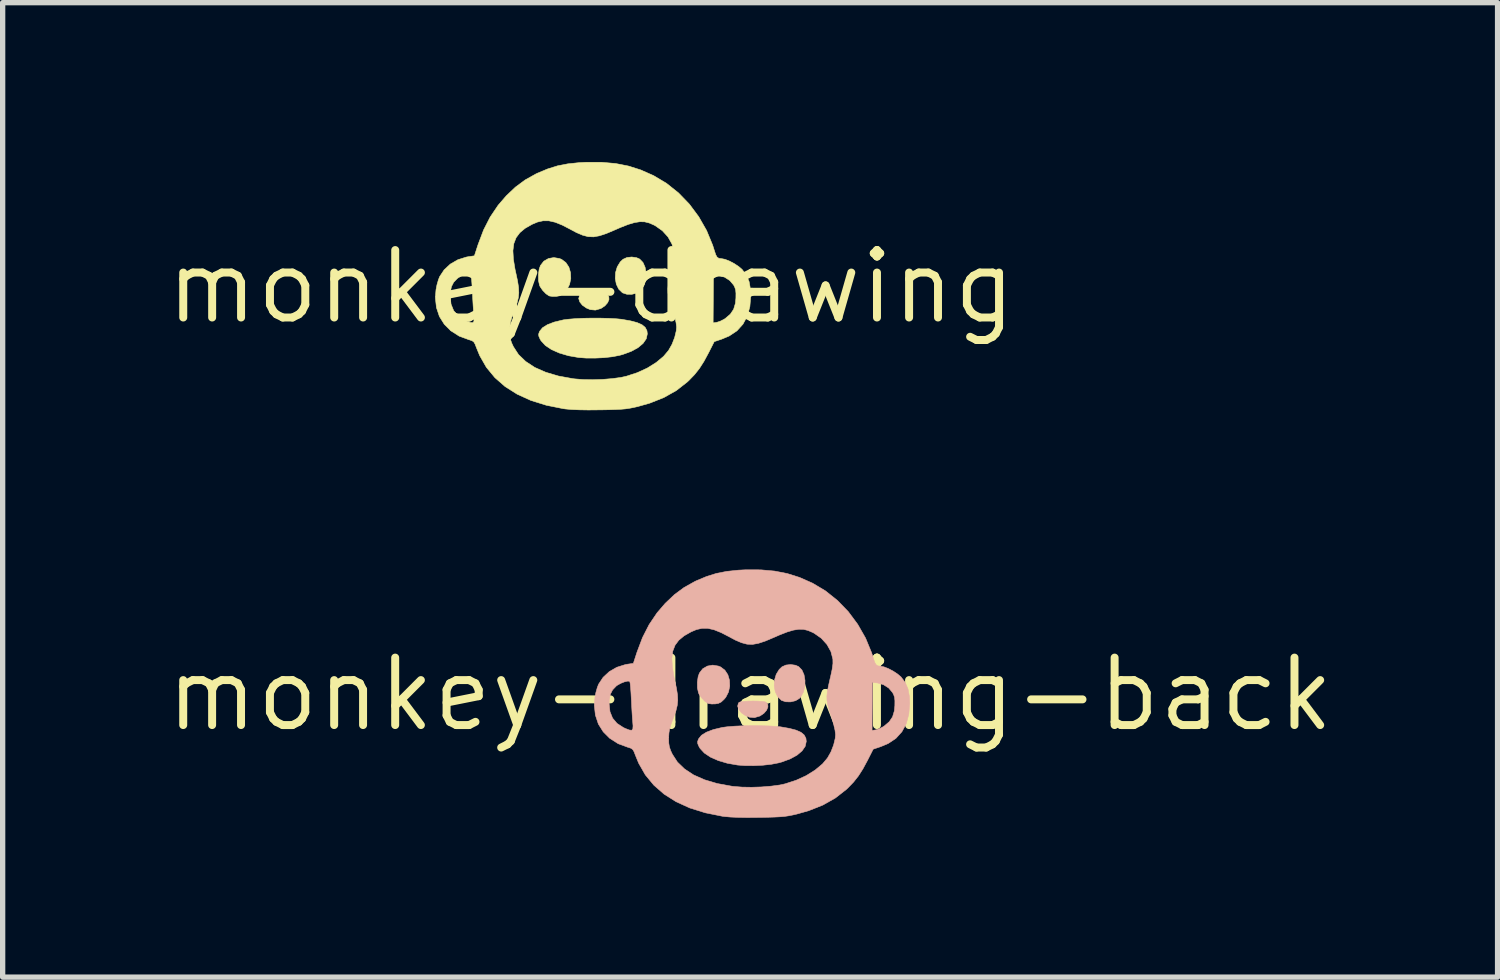
<source format=kicad_pcb>
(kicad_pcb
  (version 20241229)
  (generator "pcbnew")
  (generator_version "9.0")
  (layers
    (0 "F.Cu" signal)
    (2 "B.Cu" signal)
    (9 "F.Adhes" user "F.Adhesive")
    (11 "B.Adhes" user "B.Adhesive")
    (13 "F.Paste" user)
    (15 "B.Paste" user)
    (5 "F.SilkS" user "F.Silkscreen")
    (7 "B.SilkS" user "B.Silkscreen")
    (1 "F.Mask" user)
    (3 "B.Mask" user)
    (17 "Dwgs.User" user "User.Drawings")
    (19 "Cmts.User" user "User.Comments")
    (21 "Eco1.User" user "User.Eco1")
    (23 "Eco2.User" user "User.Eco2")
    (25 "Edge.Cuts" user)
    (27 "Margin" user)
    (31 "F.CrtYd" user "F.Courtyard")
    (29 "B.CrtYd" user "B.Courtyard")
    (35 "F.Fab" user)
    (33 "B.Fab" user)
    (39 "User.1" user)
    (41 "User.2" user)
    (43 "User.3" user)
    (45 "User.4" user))
  (footprint "monkey-drawing"
    (layer "F.Cu")
    (at 8.081 2.349)
    (property "Reference" "monkey-drawing" (at 0 0 0) (layer "F.SilkS") (effects (font (size 1.27 1.27) (thickness 0.15))))
    (attr through_hole)
    (fp_poly (pts (xy 0.155 0.129) (xy 0.233 0.135) (xy 0.286 0.144) (xy 0.298 0.149) (xy 0.333 0.187) (xy 0.336 0.24) (xy 0.311 0.3) (xy 0.261 0.358) (xy 0.191 0.406) (xy 0.183 0.41) (xy 0.081 0.44) (xy -0.017 0.431) (xy -0.089 0.401) (xy -0.165 0.348) (xy -0.214 0.286) (xy -0.234 0.223) (xy -0.22 0.168) (xy -0.207 0.152) (xy -0.175 0.141) (xy -0.112 0.133) (xy -0.028 0.128) (xy 0.064 0.127) (xy 0.155 0.129)) (stroke (width 0.01) (type solid)) (fill yes) (layer "F.SilkS"))
    (fp_poly (pts (xy 0.855 -0.547) (xy 0.914 -0.521) (xy 0.976 -0.457) (xy 1.016 -0.367) (xy 1.034 -0.261) (xy 1.031 -0.15) (xy 1.005 -0.044) (xy 0.956 0.046) (xy 0.929 0.077) (xy 0.857 0.121) (xy 0.766 0.143) (xy 0.673 0.142) (xy 0.594 0.116) (xy 0.59 0.114) (xy 0.519 0.045) (xy 0.474 -0.048) (xy 0.454 -0.156) (xy 0.46 -0.268) (xy 0.492 -0.375) (xy 0.549 -0.468) (xy 0.601 -0.517) (xy 0.674 -0.55) (xy 0.765 -0.56) (xy 0.855 -0.547)) (stroke (width 0.01) (type solid)) (fill yes) (layer "F.SilkS"))
    (fp_poly (pts (xy -0.596 -0.531) (xy -0.556 -0.515) (xy -0.476 -0.455) (xy -0.419 -0.369) (xy -0.388 -0.265) (xy -0.383 -0.154) (xy -0.406 -0.044) (xy -0.457 0.056) (xy -0.485 0.09) (xy -0.542 0.144) (xy -0.595 0.171) (xy -0.657 0.182) (xy -0.725 0.183) (xy -0.781 0.175) (xy -0.794 0.171) (xy -0.852 0.131) (xy -0.913 0.068) (xy -0.96 -0.001) (xy -0.972 -0.028) (xy -0.992 -0.119) (xy -0.993 -0.228) (xy -0.978 -0.332) (xy -0.954 -0.4) (xy -0.891 -0.481) (xy -0.804 -0.531) (xy -0.703 -0.549) (xy -0.596 -0.531)) (stroke (width 0.01) (type solid)) (fill yes) (layer "F.SilkS"))
    (fp_poly (pts (xy 0.188 0.592) (xy 0.345 0.596) (xy 0.482 0.604) (xy 0.572 0.613) (xy 0.738 0.642) (xy 0.865 0.675) (xy 0.958 0.716) (xy 1.018 0.766) (xy 1.051 0.828) (xy 1.058 0.888) (xy 1.038 0.98) (xy 0.978 1.067) (xy 0.883 1.147) (xy 0.755 1.217) (xy 0.597 1.275) (xy 0.535 1.292) (xy 0.401 1.318) (xy 0.241 1.336) (xy 0.07 1.344) (xy -0.097 1.343) (xy -0.233 1.333) (xy -0.428 1.299) (xy -0.6 1.248) (xy -0.747 1.183) (xy -0.862 1.106) (xy -0.942 1.019) (xy -0.961 0.987) (xy -0.985 0.932) (xy -0.989 0.893) (xy -0.974 0.849) (xy -0.967 0.836) (xy -0.915 0.772) (xy -0.822 0.714) (xy -0.693 0.665) (xy -0.53 0.626) (xy -0.529 0.625) (xy -0.429 0.612) (xy -0.297 0.601) (xy -0.143 0.594) (xy 0.022 0.591) (xy 0.188 0.592)) (stroke (width 0.01) (type solid)) (fill yes) (layer "F.SilkS"))
    (fp_poly (pts (xy 0.202 -2.343) (xy 0.461 -2.32) (xy 0.701 -2.273) (xy 0.932 -2.2) (xy 1.163 -2.098) (xy 1.173 -2.094) (xy 1.418 -1.948) (xy 1.645 -1.767) (xy 1.849 -1.556) (xy 2.026 -1.318) (xy 2.174 -1.059) (xy 2.288 -0.783) (xy 2.32 -0.682) (xy 2.346 -0.603) (xy 2.372 -0.557) (xy 2.405 -0.535) (xy 2.454 -0.529) (xy 2.455 -0.529) (xy 2.521 -0.516) (xy 2.605 -0.483) (xy 2.696 -0.435) (xy 2.78 -0.379) (xy 2.842 -0.326) (xy 2.921 -0.222) (xy 2.974 -0.099) (xy 3.001 0.049) (xy 3.006 0.168) (xy 2.989 0.374) (xy 2.941 0.553) (xy 2.859 0.705) (xy 2.746 0.83) (xy 2.599 0.928) (xy 2.458 0.987) (xy 2.318 1.034) (xy 2.212 1.243) (xy 2.124 1.406) (xy 2.039 1.539) (xy 1.948 1.654) (xy 1.843 1.763) (xy 1.811 1.793) (xy 1.605 1.954) (xy 1.369 2.087) (xy 1.102 2.193) (xy 0.875 2.257) (xy 0.795 2.275) (xy 0.722 2.289) (xy 0.648 2.3) (xy 0.565 2.307) (xy 0.464 2.312) (xy 0.339 2.316) (xy 0.18 2.319) (xy 0.159 2.319) (xy -0.053 2.321) (xy -0.227 2.318) (xy -0.368 2.312) (xy -0.481 2.302) (xy -0.52 2.297) (xy -0.843 2.232) (xy -1.135 2.141) (xy -1.394 2.023) (xy -1.62 1.88) (xy -1.813 1.711) (xy -1.973 1.517) (xy -2.098 1.298) (xy -2.158 1.152) (xy -2.185 1.082) (xy -2.209 1.041) (xy -2.24 1.018) (xy -2.289 1.001) (xy -2.301 0.998) (xy -2.485 0.93) (xy -2.64 0.831) (xy -2.645 0.827) (xy -1.533 0.827) (xy -1.531 0.919) (xy -1.52 0.99) (xy -1.496 1.06) (xy -1.465 1.127) (xy -1.368 1.277) (xy -1.233 1.407) (xy -1.063 1.519) (xy -0.857 1.61) (xy -0.618 1.681) (xy -0.345 1.731) (xy -0.313 1.735) (xy -0.152 1.748) (xy 0.029 1.751) (xy 0.216 1.745) (xy 0.398 1.73) (xy 0.561 1.708) (xy 0.661 1.686) (xy 0.867 1.619) (xy 1.057 1.532) (xy 1.225 1.427) (xy 1.364 1.311) (xy 1.458 1.199) (xy 1.523 1.084) (xy 1.573 0.955) (xy 1.603 0.83) (xy 1.609 0.76) (xy 1.6 0.681) (xy 2.297 0.681) (xy 2.368 0.67) (xy 2.43 0.65) (xy 2.501 0.614) (xy 2.525 0.599) (xy 2.621 0.517) (xy 2.683 0.425) (xy 2.717 0.311) (xy 2.726 0.213) (xy 2.727 0.123) (xy 2.721 0.06) (xy 2.704 0.009) (xy 2.683 -0.032) (xy 2.611 -0.117) (xy 2.513 -0.18) (xy 2.402 -0.213) (xy 2.384 -0.215) (xy 2.303 -0.222) (xy 2.3 0.229) (xy 2.297 0.681) (xy 1.6 0.681) (xy 1.599 0.676) (xy 1.572 0.559) (xy 1.528 0.413) (xy 1.522 0.396) (xy 1.486 0.285) (xy 1.461 0.194) (xy 1.448 0.114) (xy 1.446 0.035) (xy 1.456 -0.055) (xy 1.477 -0.163) (xy 1.508 -0.301) (xy 1.515 -0.328) (xy 1.545 -0.469) (xy 1.56 -0.578) (xy 1.559 -0.658) (xy 1.559 -0.66) (xy 1.522 -0.804) (xy 1.447 -0.938) (xy 1.341 -1.055) (xy 1.207 -1.149) (xy 1.18 -1.163) (xy 1.092 -1.201) (xy 1.007 -1.222) (xy 0.918 -1.224) (xy 0.817 -1.208) (xy 0.698 -1.173) (xy 0.555 -1.117) (xy 0.438 -1.066) (xy 0.284 -1.001) (xy 0.156 -0.959) (xy 0.046 -0.939) (xy -0.057 -0.943) (xy -0.162 -0.971) (xy -0.279 -1.021) (xy -0.385 -1.078) (xy -0.543 -1.16) (xy -0.677 -1.214) (xy -0.795 -1.241) (xy -0.903 -1.242) (xy -1.01 -1.218) (xy -1.11 -1.176) (xy -1.242 -1.101) (xy -1.342 -1.018) (xy -1.413 -0.923) (xy -1.456 -0.811) (xy -1.473 -0.678) (xy -1.464 -0.519) (xy -1.433 -0.329) (xy -1.419 -0.265) (xy -1.386 -0.112) (xy -1.367 0.01) (xy -1.362 0.115) (xy -1.372 0.211) (xy -1.396 0.31) (xy -1.435 0.424) (xy -1.452 0.466) (xy -1.491 0.571) (xy -1.516 0.654) (xy -1.528 0.73) (xy -1.533 0.814) (xy -1.533 0.827) (xy -2.645 0.827) (xy -2.765 0.707) (xy -2.857 0.56) (xy -2.913 0.392) (xy -2.933 0.209) (xy -2.931 0.18) (xy -2.654 0.18) (xy -2.638 0.328) (xy -2.589 0.45) (xy -2.505 0.549) (xy -2.385 0.627) (xy -2.349 0.644) (xy -2.274 0.673) (xy -2.229 0.678) (xy -2.208 0.653) (xy -2.204 0.595) (xy -2.209 0.534) (xy -2.215 0.46) (xy -2.222 0.355) (xy -2.229 0.234) (xy -2.235 0.108) (xy -2.237 0.079) (xy -2.243 -0.032) (xy -2.25 -0.127) (xy -2.257 -0.199) (xy -2.265 -0.239) (xy -2.268 -0.245) (xy -2.305 -0.248) (xy -2.365 -0.234) (xy -2.433 -0.207) (xy -2.495 -0.173) (xy -2.519 -0.156) (xy -2.589 -0.083) (xy -2.631 -0.00026) (xy -2.651 0.104) (xy -2.654 0.18) (xy -2.931 0.18) (xy -2.921 0.056) (xy -2.903 -0.036) (xy -2.877 -0.127) (xy -2.853 -0.189) (xy -2.768 -0.318) (xy -2.652 -0.426) (xy -2.51 -0.508) (xy -2.352 -0.558) (xy -2.31 -0.566) (xy -2.198 -0.582) (xy -2.129 -0.794) (xy -2.025 -1.069) (xy -1.901 -1.312) (xy -1.752 -1.533) (xy -1.598 -1.712) (xy -1.425 -1.876) (xy -1.244 -2.01) (xy -1.04 -2.124) (xy -1.006 -2.14) (xy -0.819 -2.218) (xy -0.634 -2.276) (xy -0.439 -2.314) (xy -0.221 -2.337) (xy -0.084 -2.344) (xy 0.202 -2.343)) (stroke (width 0.01) (type solid)) (fill yes) (layer "F.SilkS")))
  (footprint "monkey-drawing-back"
    (layer "F.Cu")
    (at 11.074 10.023)
    (property "Reference" "monkey-drawing-back" (at 0 0 0) (layer "F.SilkS") (effects (font (size 1.27 1.27) (thickness 0.15))))
    (attr through_hole)
    (fp_poly (pts (xy 0.155 0.129) (xy 0.233 0.135) (xy 0.286 0.144) (xy 0.298 0.149) (xy 0.333 0.187) (xy 0.336 0.24) (xy 0.311 0.3) (xy 0.261 0.358) (xy 0.191 0.406) (xy 0.183 0.41) (xy 0.081 0.44) (xy -0.017 0.431) (xy -0.089 0.401) (xy -0.165 0.348) (xy -0.214 0.286) (xy -0.234 0.223) (xy -0.22 0.168) (xy -0.207 0.152) (xy -0.175 0.141) (xy -0.112 0.133) (xy -0.028 0.128) (xy 0.064 0.127) (xy 0.155 0.129)) (stroke (width 0.01) (type solid)) (fill yes) (layer "B.SilkS"))
    (fp_poly (pts (xy 0.855 -0.547) (xy 0.914 -0.521) (xy 0.976 -0.457) (xy 1.016 -0.367) (xy 1.034 -0.261) (xy 1.031 -0.15) (xy 1.005 -0.044) (xy 0.956 0.046) (xy 0.929 0.077) (xy 0.857 0.121) (xy 0.766 0.143) (xy 0.673 0.142) (xy 0.594 0.116) (xy 0.59 0.114) (xy 0.519 0.045) (xy 0.474 -0.048) (xy 0.454 -0.156) (xy 0.46 -0.268) (xy 0.492 -0.375) (xy 0.549 -0.468) (xy 0.601 -0.517) (xy 0.674 -0.55) (xy 0.765 -0.56) (xy 0.855 -0.547)) (stroke (width 0.01) (type solid)) (fill yes) (layer "B.SilkS"))
    (fp_poly (pts (xy -0.596 -0.531) (xy -0.556 -0.515) (xy -0.476 -0.455) (xy -0.419 -0.369) (xy -0.388 -0.265) (xy -0.383 -0.154) (xy -0.406 -0.044) (xy -0.457 0.056) (xy -0.485 0.09) (xy -0.542 0.144) (xy -0.595 0.171) (xy -0.657 0.182) (xy -0.725 0.183) (xy -0.781 0.175) (xy -0.794 0.171) (xy -0.852 0.131) (xy -0.913 0.068) (xy -0.96 -0.001) (xy -0.972 -0.028) (xy -0.992 -0.119) (xy -0.993 -0.228) (xy -0.978 -0.332) (xy -0.954 -0.4) (xy -0.891 -0.481) (xy -0.804 -0.531) (xy -0.703 -0.549) (xy -0.596 -0.531)) (stroke (width 0.01) (type solid)) (fill yes) (layer "B.SilkS"))
    (fp_poly (pts (xy 0.188 0.592) (xy 0.345 0.596) (xy 0.482 0.604) (xy 0.572 0.613) (xy 0.738 0.642) (xy 0.865 0.675) (xy 0.958 0.716) (xy 1.018 0.766) (xy 1.051 0.828) (xy 1.058 0.888) (xy 1.038 0.98) (xy 0.978 1.067) (xy 0.883 1.147) (xy 0.755 1.217) (xy 0.597 1.275) (xy 0.535 1.292) (xy 0.401 1.318) (xy 0.241 1.336) (xy 0.07 1.344) (xy -0.097 1.343) (xy -0.233 1.333) (xy -0.428 1.299) (xy -0.6 1.248) (xy -0.747 1.183) (xy -0.862 1.106) (xy -0.942 1.019) (xy -0.961 0.987) (xy -0.985 0.932) (xy -0.989 0.893) (xy -0.974 0.849) (xy -0.967 0.836) (xy -0.915 0.772) (xy -0.822 0.714) (xy -0.693 0.665) (xy -0.53 0.626) (xy -0.529 0.625) (xy -0.429 0.612) (xy -0.297 0.601) (xy -0.143 0.594) (xy 0.022 0.591) (xy 0.188 0.592)) (stroke (width 0.01) (type solid)) (fill yes) (layer "B.SilkS"))
    (fp_poly (pts (xy 0.202 -2.343) (xy 0.461 -2.32) (xy 0.701 -2.273) (xy 0.932 -2.2) (xy 1.163 -2.098) (xy 1.173 -2.094) (xy 1.418 -1.948) (xy 1.645 -1.767) (xy 1.849 -1.556) (xy 2.026 -1.318) (xy 2.174 -1.059) (xy 2.288 -0.783) (xy 2.32 -0.682) (xy 2.346 -0.603) (xy 2.372 -0.557) (xy 2.405 -0.535) (xy 2.454 -0.529) (xy 2.455 -0.529) (xy 2.521 -0.516) (xy 2.605 -0.483) (xy 2.696 -0.435) (xy 2.78 -0.379) (xy 2.842 -0.326) (xy 2.921 -0.222) (xy 2.974 -0.099) (xy 3.001 0.049) (xy 3.006 0.168) (xy 2.989 0.374) (xy 2.941 0.553) (xy 2.859 0.705) (xy 2.746 0.83) (xy 2.599 0.928) (xy 2.458 0.987) (xy 2.318 1.034) (xy 2.212 1.243) (xy 2.124 1.406) (xy 2.039 1.539) (xy 1.948 1.654) (xy 1.843 1.763) (xy 1.811 1.793) (xy 1.605 1.954) (xy 1.369 2.087) (xy 1.102 2.193) (xy 0.875 2.257) (xy 0.795 2.275) (xy 0.722 2.289) (xy 0.648 2.3) (xy 0.565 2.307) (xy 0.464 2.312) (xy 0.339 2.316) (xy 0.18 2.319) (xy 0.159 2.319) (xy -0.053 2.321) (xy -0.227 2.318) (xy -0.368 2.312) (xy -0.481 2.302) (xy -0.52 2.297) (xy -0.843 2.232) (xy -1.135 2.141) (xy -1.394 2.023) (xy -1.62 1.88) (xy -1.813 1.711) (xy -1.973 1.517) (xy -2.098 1.298) (xy -2.158 1.152) (xy -2.185 1.082) (xy -2.209 1.041) (xy -2.24 1.018) (xy -2.289 1.001) (xy -2.301 0.998) (xy -2.485 0.93) (xy -2.64 0.831) (xy -2.645 0.827) (xy -1.533 0.827) (xy -1.531 0.919) (xy -1.52 0.99) (xy -1.496 1.06) (xy -1.465 1.127) (xy -1.368 1.277) (xy -1.233 1.407) (xy -1.063 1.519) (xy -0.857 1.61) (xy -0.618 1.681) (xy -0.345 1.731) (xy -0.313 1.735) (xy -0.152 1.748) (xy 0.029 1.751) (xy 0.216 1.745) (xy 0.398 1.73) (xy 0.561 1.708) (xy 0.661 1.686) (xy 0.867 1.619) (xy 1.057 1.532) (xy 1.225 1.427) (xy 1.364 1.311) (xy 1.458 1.199) (xy 1.523 1.084) (xy 1.573 0.955) (xy 1.603 0.83) (xy 1.609 0.76) (xy 1.6 0.681) (xy 2.297 0.681) (xy 2.368 0.67) (xy 2.43 0.65) (xy 2.501 0.614) (xy 2.525 0.599) (xy 2.621 0.517) (xy 2.683 0.425) (xy 2.717 0.311) (xy 2.726 0.213) (xy 2.727 0.123) (xy 2.721 0.06) (xy 2.704 0.009) (xy 2.683 -0.032) (xy 2.611 -0.117) (xy 2.513 -0.18) (xy 2.402 -0.213) (xy 2.384 -0.215) (xy 2.303 -0.222) (xy 2.3 0.229) (xy 2.297 0.681) (xy 1.6 0.681) (xy 1.599 0.676) (xy 1.572 0.559) (xy 1.528 0.413) (xy 1.522 0.396) (xy 1.486 0.285) (xy 1.461 0.194) (xy 1.448 0.114) (xy 1.446 0.035) (xy 1.456 -0.055) (xy 1.477 -0.163) (xy 1.508 -0.301) (xy 1.515 -0.328) (xy 1.545 -0.469) (xy 1.56 -0.578) (xy 1.559 -0.658) (xy 1.559 -0.66) (xy 1.522 -0.804) (xy 1.447 -0.938) (xy 1.341 -1.055) (xy 1.207 -1.149) (xy 1.18 -1.163) (xy 1.092 -1.201) (xy 1.007 -1.222) (xy 0.918 -1.224) (xy 0.817 -1.208) (xy 0.698 -1.173) (xy 0.555 -1.117) (xy 0.438 -1.066) (xy 0.284 -1.001) (xy 0.156 -0.959) (xy 0.046 -0.939) (xy -0.057 -0.943) (xy -0.162 -0.971) (xy -0.279 -1.021) (xy -0.385 -1.078) (xy -0.543 -1.16) (xy -0.677 -1.214) (xy -0.795 -1.241) (xy -0.903 -1.242) (xy -1.01 -1.218) (xy -1.11 -1.176) (xy -1.242 -1.101) (xy -1.342 -1.018) (xy -1.413 -0.923) (xy -1.456 -0.811) (xy -1.473 -0.678) (xy -1.464 -0.519) (xy -1.433 -0.329) (xy -1.419 -0.265) (xy -1.386 -0.112) (xy -1.367 0.01) (xy -1.362 0.115) (xy -1.372 0.211) (xy -1.396 0.31) (xy -1.435 0.424) (xy -1.452 0.466) (xy -1.491 0.571) (xy -1.516 0.654) (xy -1.528 0.73) (xy -1.533 0.814) (xy -1.533 0.827) (xy -2.645 0.827) (xy -2.765 0.707) (xy -2.857 0.56) (xy -2.913 0.392) (xy -2.933 0.209) (xy -2.931 0.18) (xy -2.654 0.18) (xy -2.638 0.328) (xy -2.589 0.45) (xy -2.505 0.549) (xy -2.385 0.627) (xy -2.349 0.644) (xy -2.274 0.673) (xy -2.229 0.678) (xy -2.208 0.653) (xy -2.204 0.595) (xy -2.209 0.534) (xy -2.215 0.46) (xy -2.222 0.355) (xy -2.229 0.234) (xy -2.235 0.108) (xy -2.237 0.079) (xy -2.243 -0.032) (xy -2.25 -0.127) (xy -2.257 -0.199) (xy -2.265 -0.239) (xy -2.268 -0.245) (xy -2.305 -0.248) (xy -2.365 -0.234) (xy -2.433 -0.207) (xy -2.495 -0.173) (xy -2.519 -0.156) (xy -2.589 -0.083) (xy -2.631 -0.00026) (xy -2.651 0.104) (xy -2.654 0.18) (xy -2.931 0.18) (xy -2.921 0.056) (xy -2.903 -0.036) (xy -2.877 -0.127) (xy -2.853 -0.189) (xy -2.768 -0.318) (xy -2.652 -0.426) (xy -2.51 -0.508) (xy -2.352 -0.558) (xy -2.31 -0.566) (xy -2.198 -0.582) (xy -2.129 -0.794) (xy -2.025 -1.069) (xy -1.901 -1.312) (xy -1.752 -1.533) (xy -1.598 -1.712) (xy -1.425 -1.876) (xy -1.244 -2.01) (xy -1.04 -2.124) (xy -1.006 -2.14) (xy -0.819 -2.218) (xy -0.634 -2.276) (xy -0.439 -2.314) (xy -0.221 -2.337) (xy -0.084 -2.344) (xy 0.202 -2.343)) (stroke (width 0.01) (type solid)) (fill yes) (layer "B.SilkS")))
  (gr_rect
    (start -3 -3)
    (end 25.149 15.349)
    (stroke (width 0.1) (type default))
    (fill no)
    (layer "Edge.Cuts")))
</source>
